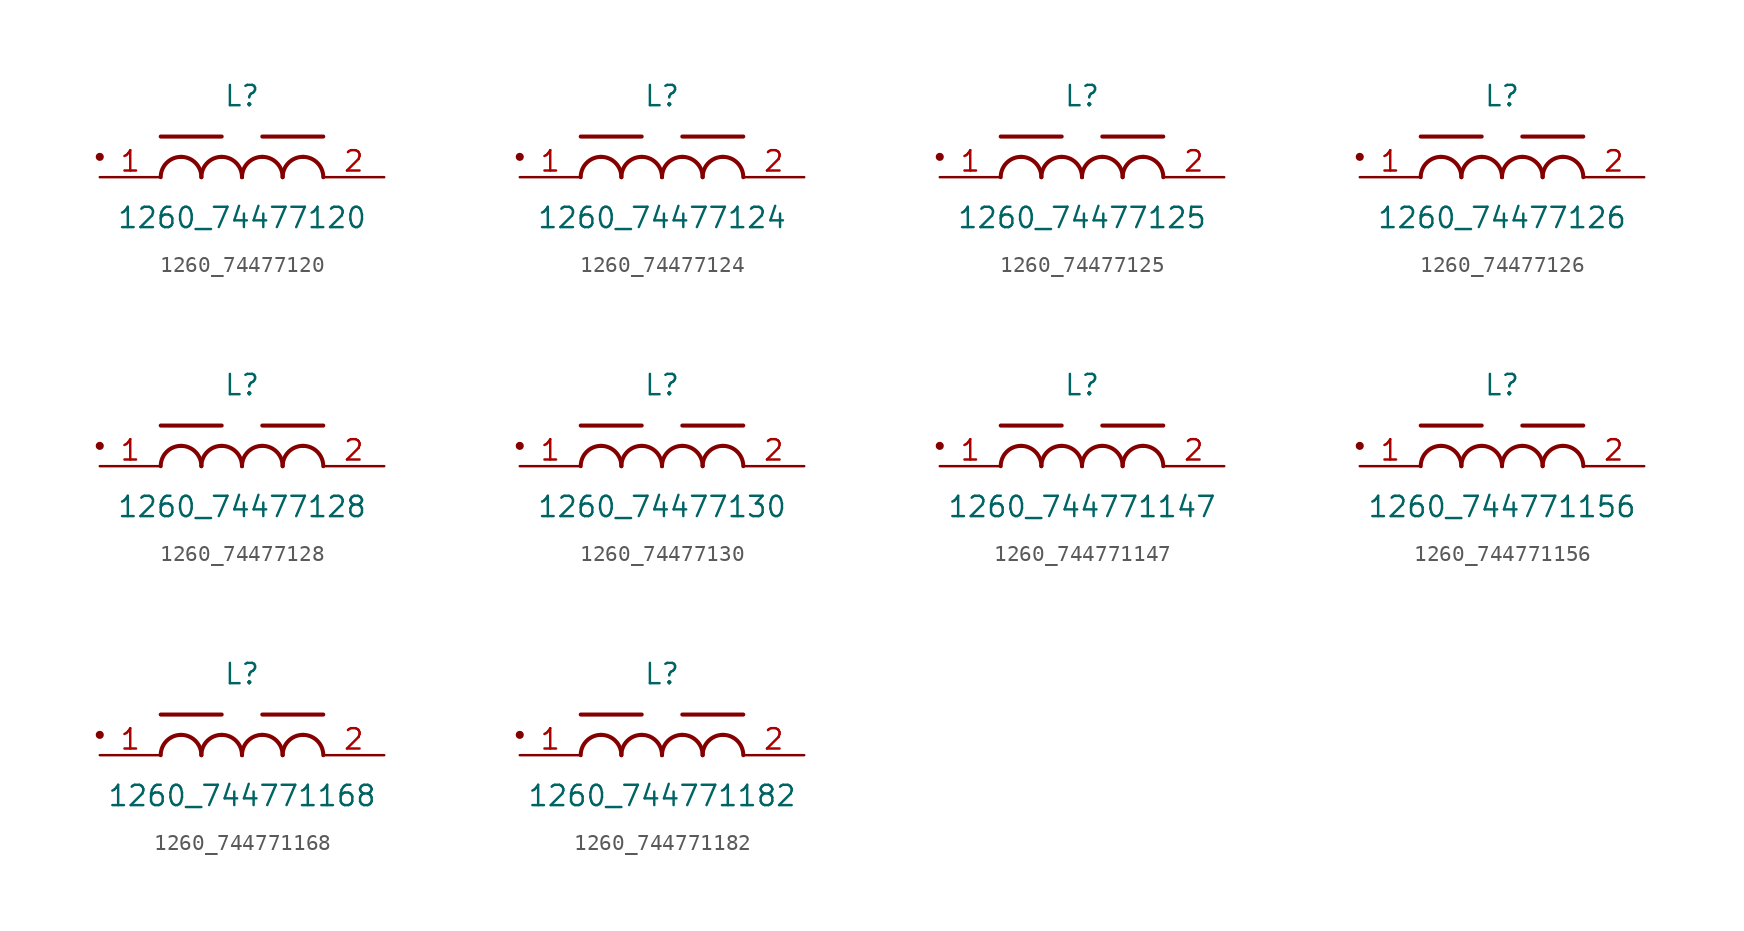
<source format=kicad_sym>
(kicad_symbol_lib
  (version 20211014)
  (generator kicad_symbol_editor)
  (symbol "Inductor_Wurth_WE-PD:1260_74477120"
    (pin_names hide)
    (property "Reference" "L"
      (at 0 5.08 0)
      (effects (font (size 1.27 1.27))))
    (property "Value" "1260_74477120"
      (at 0 -2.54 0)
      (effects (font (size 1.27 1.27))))
    (symbol "1260_74477120_0_1"
      (circle (center -8.89 1.27) (radius 0.0001) (stroke (width 0.254)) (stroke (width 0.254) (type default) (color 0 0 0 0)) (fill (type none)))
      (arc (start -3.81 1.27) (mid -4.708 0.898) (end -5.08 0) (stroke (width 0.254) (type default) (color 0 0 0 0)) (fill (type none)))
      (arc (start -2.54 0) (mid -2.912 0.898) (end -3.81 1.27) (stroke (width 0.254) (type default) (color 0 0 0 0)) (fill (type none)))
      (arc (start -1.2699 1.2701) (mid -2.1679 0.8981) (end -2.5399 0.0001) (stroke (width 0.254) (type default) (color 0 0 0 0)) (fill (type none)))
      (polyline (pts (xy -5.08 2.54) (xy -1.27 2.54)) (stroke (width 0.254) (type default) (color 0 0 0 0)) (fill (type none)))
      (polyline (pts (xy 5.08 2.54) (xy 1.27 2.54)) (stroke (width 0.254) (type default) (color 0 0 0 0)) (fill (type none)))
      (arc (start 0.0001 0.0001) (mid -0.3719 0.8981) (end -1.2699 1.2701) (stroke (width 0.254) (type default) (color 0 0 0 0)) (fill (type none)))
      (arc (start 1.2701 1.2701) (mid 0.3721 0.8981) (end 0.0001 0.0001) (stroke (width 0.254) (type default) (color 0 0 0 0)) (fill (type none)))
      (arc (start 2.5401 0.0001) (mid 2.1681 0.8981) (end 1.2701 1.2701) (stroke (width 0.254) (type default) (color 0 0 0 0)) (fill (type none)))
      (arc (start 3.8101 1.2701) (mid 2.9121 0.8981) (end 2.5401 0.0001) (stroke (width 0.254) (type default) (color 0 0 0 0)) (fill (type none)))
      (arc (start 5.0801 0.0001) (mid 4.7081 0.8981) (end 3.8101 1.2701) (stroke (width 0.254) (type default) (color 0 0 0 0)) (fill (type none))))
    (symbol "1260_74477120_1_1"
      (pin passive line (at -8.89 0 0) (length 3.81) (name "1" (effects (font (size 1.27 1.27)))) (number "1" (effects (font (size 1.27 1.27)))))
      (pin passive line (at 8.89 0 180) (length 3.81) (name "2" (effects (font (size 1.27 1.27)))) (number "2" (effects (font (size 1.27 1.27)))))))
  (symbol "Inductor_Wurth_WE-PD:1260_74477124"
    (pin_names hide)
    (property "Reference" "L"
      (at 0 5.08 0)
      (effects (font (size 1.27 1.27))))
    (property "Value" "1260_74477124"
      (at 0 -2.54 0)
      (effects (font (size 1.27 1.27))))
    (symbol "1260_74477124_0_1"
      (circle (center -8.89 1.27) (radius 0.0001) (stroke (width 0.254)) (stroke (width 0.254) (type default) (color 0 0 0 0)) (fill (type none)))
      (arc (start -3.81 1.27) (mid -4.708 0.898) (end -5.08 0) (stroke (width 0.254) (type default) (color 0 0 0 0)) (fill (type none)))
      (arc (start -2.54 0) (mid -2.912 0.898) (end -3.81 1.27) (stroke (width 0.254) (type default) (color 0 0 0 0)) (fill (type none)))
      (arc (start -1.2699 1.2701) (mid -2.1679 0.8981) (end -2.5399 0.0001) (stroke (width 0.254) (type default) (color 0 0 0 0)) (fill (type none)))
      (polyline (pts (xy -5.08 2.54) (xy -1.27 2.54)) (stroke (width 0.254) (type default) (color 0 0 0 0)) (fill (type none)))
      (polyline (pts (xy 5.08 2.54) (xy 1.27 2.54)) (stroke (width 0.254) (type default) (color 0 0 0 0)) (fill (type none)))
      (arc (start 0.0001 0.0001) (mid -0.3719 0.8981) (end -1.2699 1.2701) (stroke (width 0.254) (type default) (color 0 0 0 0)) (fill (type none)))
      (arc (start 1.2701 1.2701) (mid 0.3721 0.8981) (end 0.0001 0.0001) (stroke (width 0.254) (type default) (color 0 0 0 0)) (fill (type none)))
      (arc (start 2.5401 0.0001) (mid 2.1681 0.8981) (end 1.2701 1.2701) (stroke (width 0.254) (type default) (color 0 0 0 0)) (fill (type none)))
      (arc (start 3.8101 1.2701) (mid 2.9121 0.8981) (end 2.5401 0.0001) (stroke (width 0.254) (type default) (color 0 0 0 0)) (fill (type none)))
      (arc (start 5.0801 0.0001) (mid 4.7081 0.8981) (end 3.8101 1.2701) (stroke (width 0.254) (type default) (color 0 0 0 0)) (fill (type none))))
    (symbol "1260_74477124_1_1"
      (pin passive line (at -8.89 0 0) (length 3.81) (name "1" (effects (font (size 1.27 1.27)))) (number "1" (effects (font (size 1.27 1.27)))))
      (pin passive line (at 8.89 0 180) (length 3.81) (name "2" (effects (font (size 1.27 1.27)))) (number "2" (effects (font (size 1.27 1.27)))))))
  (symbol "Inductor_Wurth_WE-PD:1260_74477125"
    (pin_names hide)
    (property "Reference" "L"
      (at 0 5.08 0)
      (effects (font (size 1.27 1.27))))
    (property "Value" "1260_74477125"
      (at 0 -2.54 0)
      (effects (font (size 1.27 1.27))))
    (symbol "1260_74477125_0_1"
      (circle (center -8.89 1.27) (radius 0.0001) (stroke (width 0.254)) (stroke (width 0.254) (type default) (color 0 0 0 0)) (fill (type none)))
      (arc (start -3.81 1.27) (mid -4.708 0.898) (end -5.08 0) (stroke (width 0.254) (type default) (color 0 0 0 0)) (fill (type none)))
      (arc (start -2.54 0) (mid -2.912 0.898) (end -3.81 1.27) (stroke (width 0.254) (type default) (color 0 0 0 0)) (fill (type none)))
      (arc (start -1.2699 1.2701) (mid -2.1679 0.8981) (end -2.5399 0.0001) (stroke (width 0.254) (type default) (color 0 0 0 0)) (fill (type none)))
      (polyline (pts (xy -5.08 2.54) (xy -1.27 2.54)) (stroke (width 0.254) (type default) (color 0 0 0 0)) (fill (type none)))
      (polyline (pts (xy 5.08 2.54) (xy 1.27 2.54)) (stroke (width 0.254) (type default) (color 0 0 0 0)) (fill (type none)))
      (arc (start 0.0001 0.0001) (mid -0.3719 0.8981) (end -1.2699 1.2701) (stroke (width 0.254) (type default) (color 0 0 0 0)) (fill (type none)))
      (arc (start 1.2701 1.2701) (mid 0.3721 0.8981) (end 0.0001 0.0001) (stroke (width 0.254) (type default) (color 0 0 0 0)) (fill (type none)))
      (arc (start 2.5401 0.0001) (mid 2.1681 0.8981) (end 1.2701 1.2701) (stroke (width 0.254) (type default) (color 0 0 0 0)) (fill (type none)))
      (arc (start 3.8101 1.2701) (mid 2.9121 0.8981) (end 2.5401 0.0001) (stroke (width 0.254) (type default) (color 0 0 0 0)) (fill (type none)))
      (arc (start 5.0801 0.0001) (mid 4.7081 0.8981) (end 3.8101 1.2701) (stroke (width 0.254) (type default) (color 0 0 0 0)) (fill (type none))))
    (symbol "1260_74477125_1_1"
      (pin passive line (at -8.89 0 0) (length 3.81) (name "1" (effects (font (size 1.27 1.27)))) (number "1" (effects (font (size 1.27 1.27)))))
      (pin passive line (at 8.89 0 180) (length 3.81) (name "2" (effects (font (size 1.27 1.27)))) (number "2" (effects (font (size 1.27 1.27)))))))
  (symbol "Inductor_Wurth_WE-PD:1260_74477126"
    (pin_names hide)
    (property "Reference" "L"
      (at 0 5.08 0)
      (effects (font (size 1.27 1.27))))
    (property "Value" "1260_74477126"
      (at 0 -2.54 0)
      (effects (font (size 1.27 1.27))))
    (symbol "1260_74477126_0_1"
      (circle (center -8.89 1.27) (radius 0.0001) (stroke (width 0.254)) (stroke (width 0.254) (type default) (color 0 0 0 0)) (fill (type none)))
      (arc (start -3.81 1.27) (mid -4.708 0.898) (end -5.08 0) (stroke (width 0.254) (type default) (color 0 0 0 0)) (fill (type none)))
      (arc (start -2.54 0) (mid -2.912 0.898) (end -3.81 1.27) (stroke (width 0.254) (type default) (color 0 0 0 0)) (fill (type none)))
      (arc (start -1.2699 1.2701) (mid -2.1679 0.8981) (end -2.5399 0.0001) (stroke (width 0.254) (type default) (color 0 0 0 0)) (fill (type none)))
      (polyline (pts (xy -5.08 2.54) (xy -1.27 2.54)) (stroke (width 0.254) (type default) (color 0 0 0 0)) (fill (type none)))
      (polyline (pts (xy 5.08 2.54) (xy 1.27 2.54)) (stroke (width 0.254) (type default) (color 0 0 0 0)) (fill (type none)))
      (arc (start 0.0001 0.0001) (mid -0.3719 0.8981) (end -1.2699 1.2701) (stroke (width 0.254) (type default) (color 0 0 0 0)) (fill (type none)))
      (arc (start 1.2701 1.2701) (mid 0.3721 0.8981) (end 0.0001 0.0001) (stroke (width 0.254) (type default) (color 0 0 0 0)) (fill (type none)))
      (arc (start 2.5401 0.0001) (mid 2.1681 0.8981) (end 1.2701 1.2701) (stroke (width 0.254) (type default) (color 0 0 0 0)) (fill (type none)))
      (arc (start 3.8101 1.2701) (mid 2.9121 0.8981) (end 2.5401 0.0001) (stroke (width 0.254) (type default) (color 0 0 0 0)) (fill (type none)))
      (arc (start 5.0801 0.0001) (mid 4.7081 0.8981) (end 3.8101 1.2701) (stroke (width 0.254) (type default) (color 0 0 0 0)) (fill (type none))))
    (symbol "1260_74477126_1_1"
      (pin passive line (at -8.89 0 0) (length 3.81) (name "1" (effects (font (size 1.27 1.27)))) (number "1" (effects (font (size 1.27 1.27)))))
      (pin passive line (at 8.89 0 180) (length 3.81) (name "2" (effects (font (size 1.27 1.27)))) (number "2" (effects (font (size 1.27 1.27)))))))
  (symbol "Inductor_Wurth_WE-PD:1260_74477128"
    (pin_names hide)
    (property "Reference" "L"
      (at 0 5.08 0)
      (effects (font (size 1.27 1.27))))
    (property "Value" "1260_74477128"
      (at 0 -2.54 0)
      (effects (font (size 1.27 1.27))))
    (symbol "1260_74477128_0_1"
      (circle (center -8.89 1.27) (radius 0.0001) (stroke (width 0.254)) (stroke (width 0.254) (type default) (color 0 0 0 0)) (fill (type none)))
      (arc (start -3.81 1.27) (mid -4.708 0.898) (end -5.08 0) (stroke (width 0.254) (type default) (color 0 0 0 0)) (fill (type none)))
      (arc (start -2.54 0) (mid -2.912 0.898) (end -3.81 1.27) (stroke (width 0.254) (type default) (color 0 0 0 0)) (fill (type none)))
      (arc (start -1.2699 1.2701) (mid -2.1679 0.8981) (end -2.5399 0.0001) (stroke (width 0.254) (type default) (color 0 0 0 0)) (fill (type none)))
      (polyline (pts (xy -5.08 2.54) (xy -1.27 2.54)) (stroke (width 0.254) (type default) (color 0 0 0 0)) (fill (type none)))
      (polyline (pts (xy 5.08 2.54) (xy 1.27 2.54)) (stroke (width 0.254) (type default) (color 0 0 0 0)) (fill (type none)))
      (arc (start 0.0001 0.0001) (mid -0.3719 0.8981) (end -1.2699 1.2701) (stroke (width 0.254) (type default) (color 0 0 0 0)) (fill (type none)))
      (arc (start 1.2701 1.2701) (mid 0.3721 0.8981) (end 0.0001 0.0001) (stroke (width 0.254) (type default) (color 0 0 0 0)) (fill (type none)))
      (arc (start 2.5401 0.0001) (mid 2.1681 0.8981) (end 1.2701 1.2701) (stroke (width 0.254) (type default) (color 0 0 0 0)) (fill (type none)))
      (arc (start 3.8101 1.2701) (mid 2.9121 0.8981) (end 2.5401 0.0001) (stroke (width 0.254) (type default) (color 0 0 0 0)) (fill (type none)))
      (arc (start 5.0801 0.0001) (mid 4.7081 0.8981) (end 3.8101 1.2701) (stroke (width 0.254) (type default) (color 0 0 0 0)) (fill (type none))))
    (symbol "1260_74477128_1_1"
      (pin passive line (at -8.89 0 0) (length 3.81) (name "1" (effects (font (size 1.27 1.27)))) (number "1" (effects (font (size 1.27 1.27)))))
      (pin passive line (at 8.89 0 180) (length 3.81) (name "2" (effects (font (size 1.27 1.27)))) (number "2" (effects (font (size 1.27 1.27)))))))
  (symbol "Inductor_Wurth_WE-PD:1260_74477130"
    (pin_names hide)
    (property "Reference" "L"
      (at 0 5.08 0)
      (effects (font (size 1.27 1.27))))
    (property "Value" "1260_74477130"
      (at 0 -2.54 0)
      (effects (font (size 1.27 1.27))))
    (symbol "1260_74477130_0_1"
      (circle (center -8.89 1.27) (radius 0.0001) (stroke (width 0.254)) (stroke (width 0.254) (type default) (color 0 0 0 0)) (fill (type none)))
      (arc (start -3.81 1.27) (mid -4.708 0.898) (end -5.08 0) (stroke (width 0.254) (type default) (color 0 0 0 0)) (fill (type none)))
      (arc (start -2.54 0) (mid -2.912 0.898) (end -3.81 1.27) (stroke (width 0.254) (type default) (color 0 0 0 0)) (fill (type none)))
      (arc (start -1.2699 1.2701) (mid -2.1679 0.8981) (end -2.5399 0.0001) (stroke (width 0.254) (type default) (color 0 0 0 0)) (fill (type none)))
      (polyline (pts (xy -5.08 2.54) (xy -1.27 2.54)) (stroke (width 0.254) (type default) (color 0 0 0 0)) (fill (type none)))
      (polyline (pts (xy 5.08 2.54) (xy 1.27 2.54)) (stroke (width 0.254) (type default) (color 0 0 0 0)) (fill (type none)))
      (arc (start 0.0001 0.0001) (mid -0.3719 0.8981) (end -1.2699 1.2701) (stroke (width 0.254) (type default) (color 0 0 0 0)) (fill (type none)))
      (arc (start 1.2701 1.2701) (mid 0.3721 0.8981) (end 0.0001 0.0001) (stroke (width 0.254) (type default) (color 0 0 0 0)) (fill (type none)))
      (arc (start 2.5401 0.0001) (mid 2.1681 0.8981) (end 1.2701 1.2701) (stroke (width 0.254) (type default) (color 0 0 0 0)) (fill (type none)))
      (arc (start 3.8101 1.2701) (mid 2.9121 0.8981) (end 2.5401 0.0001) (stroke (width 0.254) (type default) (color 0 0 0 0)) (fill (type none)))
      (arc (start 5.0801 0.0001) (mid 4.7081 0.8981) (end 3.8101 1.2701) (stroke (width 0.254) (type default) (color 0 0 0 0)) (fill (type none))))
    (symbol "1260_74477130_1_1"
      (pin passive line (at -8.89 0 0) (length 3.81) (name "1" (effects (font (size 1.27 1.27)))) (number "1" (effects (font (size 1.27 1.27)))))
      (pin passive line (at 8.89 0 180) (length 3.81) (name "2" (effects (font (size 1.27 1.27)))) (number "2" (effects (font (size 1.27 1.27)))))))
  (symbol "Inductor_Wurth_WE-PD:1260_744771147"
    (pin_names hide)
    (property "Reference" "L"
      (at 0 5.08 0)
      (effects (font (size 1.27 1.27))))
    (property "Value" "1260_744771147"
      (at 0 -2.54 0)
      (effects (font (size 1.27 1.27))))
    (symbol "1260_744771147_0_1"
      (circle (center -8.89 1.27) (radius 0.0001) (stroke (width 0.254)) (stroke (width 0.254) (type default) (color 0 0 0 0)) (fill (type none)))
      (arc (start -3.81 1.27) (mid -4.708 0.898) (end -5.08 0) (stroke (width 0.254) (type default) (color 0 0 0 0)) (fill (type none)))
      (arc (start -2.54 0) (mid -2.912 0.898) (end -3.81 1.27) (stroke (width 0.254) (type default) (color 0 0 0 0)) (fill (type none)))
      (arc (start -1.2699 1.2701) (mid -2.1679 0.8981) (end -2.5399 0.0001) (stroke (width 0.254) (type default) (color 0 0 0 0)) (fill (type none)))
      (polyline (pts (xy -5.08 2.54) (xy -1.27 2.54)) (stroke (width 0.254) (type default) (color 0 0 0 0)) (fill (type none)))
      (polyline (pts (xy 5.08 2.54) (xy 1.27 2.54)) (stroke (width 0.254) (type default) (color 0 0 0 0)) (fill (type none)))
      (arc (start 0.0001 0.0001) (mid -0.3719 0.8981) (end -1.2699 1.2701) (stroke (width 0.254) (type default) (color 0 0 0 0)) (fill (type none)))
      (arc (start 1.2701 1.2701) (mid 0.3721 0.8981) (end 0.0001 0.0001) (stroke (width 0.254) (type default) (color 0 0 0 0)) (fill (type none)))
      (arc (start 2.5401 0.0001) (mid 2.1681 0.8981) (end 1.2701 1.2701) (stroke (width 0.254) (type default) (color 0 0 0 0)) (fill (type none)))
      (arc (start 3.8101 1.2701) (mid 2.9121 0.8981) (end 2.5401 0.0001) (stroke (width 0.254) (type default) (color 0 0 0 0)) (fill (type none)))
      (arc (start 5.0801 0.0001) (mid 4.7081 0.8981) (end 3.8101 1.2701) (stroke (width 0.254) (type default) (color 0 0 0 0)) (fill (type none))))
    (symbol "1260_744771147_1_1"
      (pin passive line (at -8.89 0 0) (length 3.81) (name "1" (effects (font (size 1.27 1.27)))) (number "1" (effects (font (size 1.27 1.27)))))
      (pin passive line (at 8.89 0 180) (length 3.81) (name "2" (effects (font (size 1.27 1.27)))) (number "2" (effects (font (size 1.27 1.27)))))))
  (symbol "Inductor_Wurth_WE-PD:1260_744771156"
    (pin_names hide)
    (property "Reference" "L"
      (at 0 5.08 0)
      (effects (font (size 1.27 1.27))))
    (property "Value" "1260_744771156"
      (at 0 -2.54 0)
      (effects (font (size 1.27 1.27))))
    (symbol "1260_744771156_0_1"
      (circle (center -8.89 1.27) (radius 0.0001) (stroke (width 0.254)) (stroke (width 0.254) (type default) (color 0 0 0 0)) (fill (type none)))
      (arc (start -3.81 1.27) (mid -4.708 0.898) (end -5.08 0) (stroke (width 0.254) (type default) (color 0 0 0 0)) (fill (type none)))
      (arc (start -2.54 0) (mid -2.912 0.898) (end -3.81 1.27) (stroke (width 0.254) (type default) (color 0 0 0 0)) (fill (type none)))
      (arc (start -1.2699 1.2701) (mid -2.1679 0.8981) (end -2.5399 0.0001) (stroke (width 0.254) (type default) (color 0 0 0 0)) (fill (type none)))
      (polyline (pts (xy -5.08 2.54) (xy -1.27 2.54)) (stroke (width 0.254) (type default) (color 0 0 0 0)) (fill (type none)))
      (polyline (pts (xy 5.08 2.54) (xy 1.27 2.54)) (stroke (width 0.254) (type default) (color 0 0 0 0)) (fill (type none)))
      (arc (start 0.0001 0.0001) (mid -0.3719 0.8981) (end -1.2699 1.2701) (stroke (width 0.254) (type default) (color 0 0 0 0)) (fill (type none)))
      (arc (start 1.2701 1.2701) (mid 0.3721 0.8981) (end 0.0001 0.0001) (stroke (width 0.254) (type default) (color 0 0 0 0)) (fill (type none)))
      (arc (start 2.5401 0.0001) (mid 2.1681 0.8981) (end 1.2701 1.2701) (stroke (width 0.254) (type default) (color 0 0 0 0)) (fill (type none)))
      (arc (start 3.8101 1.2701) (mid 2.9121 0.8981) (end 2.5401 0.0001) (stroke (width 0.254) (type default) (color 0 0 0 0)) (fill (type none)))
      (arc (start 5.0801 0.0001) (mid 4.7081 0.8981) (end 3.8101 1.2701) (stroke (width 0.254) (type default) (color 0 0 0 0)) (fill (type none))))
    (symbol "1260_744771156_1_1"
      (pin passive line (at -8.89 0 0) (length 3.81) (name "1" (effects (font (size 1.27 1.27)))) (number "1" (effects (font (size 1.27 1.27)))))
      (pin passive line (at 8.89 0 180) (length 3.81) (name "2" (effects (font (size 1.27 1.27)))) (number "2" (effects (font (size 1.27 1.27)))))))
  (symbol "Inductor_Wurth_WE-PD:1260_744771168"
    (pin_names hide)
    (property "Reference" "L"
      (at 0 5.08 0)
      (effects (font (size 1.27 1.27))))
    (property "Value" "1260_744771168"
      (at 0 -2.54 0)
      (effects (font (size 1.27 1.27))))
    (symbol "1260_744771168_0_1"
      (circle (center -8.89 1.27) (radius 0.0001) (stroke (width 0.254)) (stroke (width 0.254) (type default) (color 0 0 0 0)) (fill (type none)))
      (arc (start -3.81 1.27) (mid -4.708 0.898) (end -5.08 0) (stroke (width 0.254) (type default) (color 0 0 0 0)) (fill (type none)))
      (arc (start -2.54 0) (mid -2.912 0.898) (end -3.81 1.27) (stroke (width 0.254) (type default) (color 0 0 0 0)) (fill (type none)))
      (arc (start -1.2699 1.2701) (mid -2.1679 0.8981) (end -2.5399 0.0001) (stroke (width 0.254) (type default) (color 0 0 0 0)) (fill (type none)))
      (polyline (pts (xy -5.08 2.54) (xy -1.27 2.54)) (stroke (width 0.254) (type default) (color 0 0 0 0)) (fill (type none)))
      (polyline (pts (xy 5.08 2.54) (xy 1.27 2.54)) (stroke (width 0.254) (type default) (color 0 0 0 0)) (fill (type none)))
      (arc (start 0.0001 0.0001) (mid -0.3719 0.8981) (end -1.2699 1.2701) (stroke (width 0.254) (type default) (color 0 0 0 0)) (fill (type none)))
      (arc (start 1.2701 1.2701) (mid 0.3721 0.8981) (end 0.0001 0.0001) (stroke (width 0.254) (type default) (color 0 0 0 0)) (fill (type none)))
      (arc (start 2.5401 0.0001) (mid 2.1681 0.8981) (end 1.2701 1.2701) (stroke (width 0.254) (type default) (color 0 0 0 0)) (fill (type none)))
      (arc (start 3.8101 1.2701) (mid 2.9121 0.8981) (end 2.5401 0.0001) (stroke (width 0.254) (type default) (color 0 0 0 0)) (fill (type none)))
      (arc (start 5.0801 0.0001) (mid 4.7081 0.8981) (end 3.8101 1.2701) (stroke (width 0.254) (type default) (color 0 0 0 0)) (fill (type none))))
    (symbol "1260_744771168_1_1"
      (pin passive line (at -8.89 0 0) (length 3.81) (name "1" (effects (font (size 1.27 1.27)))) (number "1" (effects (font (size 1.27 1.27)))))
      (pin passive line (at 8.89 0 180) (length 3.81) (name "2" (effects (font (size 1.27 1.27)))) (number "2" (effects (font (size 1.27 1.27)))))))
  (symbol "Inductor_Wurth_WE-PD:1260_744771182"
    (pin_names hide)
    (property "Reference" "L"
      (at 0 5.08 0)
      (effects (font (size 1.27 1.27))))
    (property "Value" "1260_744771182"
      (at 0 -2.54 0)
      (effects (font (size 1.27 1.27))))
    (symbol "1260_744771182_0_1"
      (circle (center -8.89 1.27) (radius 0.0001) (stroke (width 0.254)) (stroke (width 0.254) (type default) (color 0 0 0 0)) (fill (type none)))
      (arc (start -3.81 1.27) (mid -4.708 0.898) (end -5.08 0) (stroke (width 0.254) (type default) (color 0 0 0 0)) (fill (type none)))
      (arc (start -2.54 0) (mid -2.912 0.898) (end -3.81 1.27) (stroke (width 0.254) (type default) (color 0 0 0 0)) (fill (type none)))
      (arc (start -1.2699 1.2701) (mid -2.1679 0.8981) (end -2.5399 0.0001) (stroke (width 0.254) (type default) (color 0 0 0 0)) (fill (type none)))
      (polyline (pts (xy -5.08 2.54) (xy -1.27 2.54)) (stroke (width 0.254) (type default) (color 0 0 0 0)) (fill (type none)))
      (polyline (pts (xy 5.08 2.54) (xy 1.27 2.54)) (stroke (width 0.254) (type default) (color 0 0 0 0)) (fill (type none)))
      (arc (start 0.0001 0.0001) (mid -0.3719 0.8981) (end -1.2699 1.2701) (stroke (width 0.254) (type default) (color 0 0 0 0)) (fill (type none)))
      (arc (start 1.2701 1.2701) (mid 0.3721 0.8981) (end 0.0001 0.0001) (stroke (width 0.254) (type default) (color 0 0 0 0)) (fill (type none)))
      (arc (start 2.5401 0.0001) (mid 2.1681 0.8981) (end 1.2701 1.2701) (stroke (width 0.254) (type default) (color 0 0 0 0)) (fill (type none)))
      (arc (start 3.8101 1.2701) (mid 2.9121 0.8981) (end 2.5401 0.0001) (stroke (width 0.254) (type default) (color 0 0 0 0)) (fill (type none)))
      (arc (start 5.0801 0.0001) (mid 4.7081 0.8981) (end 3.8101 1.2701) (stroke (width 0.254) (type default) (color 0 0 0 0)) (fill (type none))))
    (symbol "1260_744771182_1_1"
      (pin passive line (at -8.89 0 0) (length 3.81) (name "1" (effects (font (size 1.27 1.27)))) (number "1" (effects (font (size 1.27 1.27)))))
      (pin passive line (at 8.89 0 180) (length 3.81) (name "2" (effects (font (size 1.27 1.27)))) (number "2" (effects (font (size 1.27 1.27))))))))
</source>
